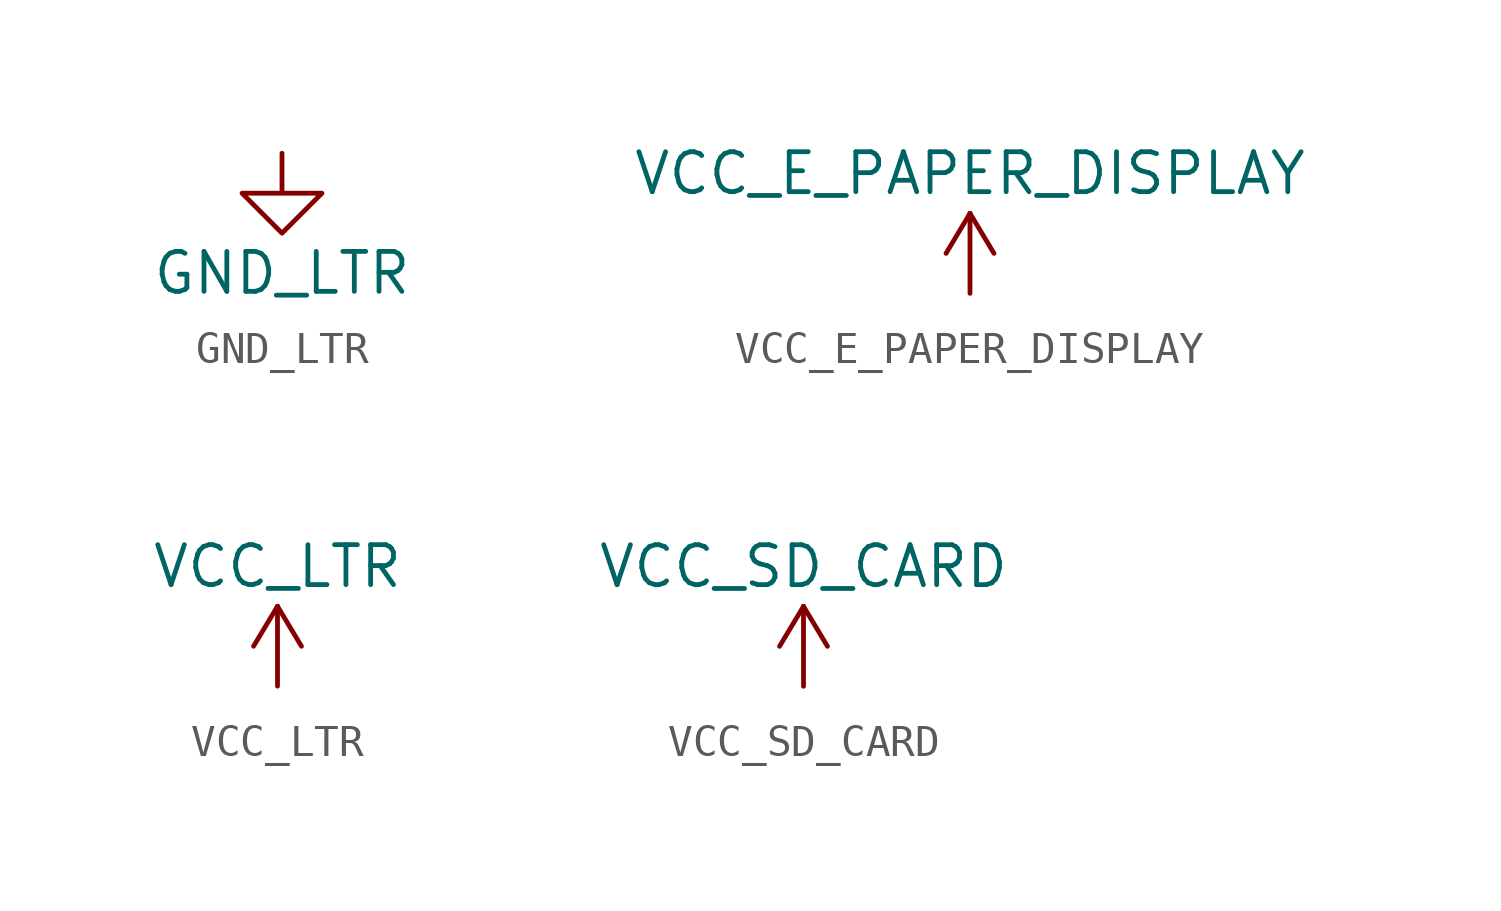
<source format=kicad_sym>
(kicad_symbol_lib
  (version 20220914)
  (generator kicad_symbol_editor)
  (symbol "GND_LTR"
    (power)
    (pin_names
      (offset 0))
    (property "Reference" "#PWR"
      (at 0 -6.35 0)
      (effects (font (size 1.27 1.27)) hide))
    (property "Value" "GND_LTR"
      (at 0 -3.81 0)
      (effects (font (size 1.27 1.27))))
    (symbol "GND_LTR_0_1"
      (polyline (pts (xy 0 0) (xy 0 -1.27) (xy 1.27 -1.27) (xy 0 -2.54) (xy -1.27 -1.27) (xy 0 -1.27)) (stroke (width 0) (type default)) (fill (type none))))
    (symbol "GND_LTR_1_1"
      (pin power_in line (at 0 0 270) (length 0) hide (name "GND_LTR" (effects (font (size 1.27 1.27)))) (number "1" (effects (font (size 1.27 1.27)))))))
  (symbol "VCC_E_PAPER_DISPLAY"
    (power)
    (pin_names
      (offset 0))
    (property "Reference" "#PWR"
      (at 0 -3.81 0)
      (effects (font (size 1.27 1.27)) hide))
    (property "Value" "VCC_E_PAPER_DISPLAY"
      (at 0 3.81 0)
      (effects (font (size 1.27 1.27))))
    (symbol "VCC_E_PAPER_DISPLAY_0_1"
      (polyline (pts (xy -0.762 1.27) (xy 0 2.54)) (stroke (width 0) (type default)) (fill (type none)))
      (polyline (pts (xy 0 0) (xy 0 2.54)) (stroke (width 0) (type default)) (fill (type none)))
      (polyline (pts (xy 0 2.54) (xy 0.762 1.27)) (stroke (width 0) (type default)) (fill (type none))))
    (symbol "VCC_E_PAPER_DISPLAY_1_1"
      (pin power_in line (at 0 0 90) (length 0) hide (name "VCC_E_PAPER_DISPLAY" (effects (font (size 1.27 1.27)))) (number "1" (effects (font (size 1.27 1.27)))))))
  (symbol "VCC_LTR"
    (power)
    (pin_names
      (offset 0))
    (property "Reference" "#PWR"
      (at 0 -3.81 0)
      (effects (font (size 1.27 1.27)) hide))
    (property "Value" "VCC_LTR"
      (at 0 3.81 0)
      (effects (font (size 1.27 1.27))))
    (symbol "VCC_LTR_0_1"
      (polyline (pts (xy -0.762 1.27) (xy 0 2.54)) (stroke (width 0) (type default)) (fill (type none)))
      (polyline (pts (xy 0 0) (xy 0 2.54)) (stroke (width 0) (type default)) (fill (type none)))
      (polyline (pts (xy 0 2.54) (xy 0.762 1.27)) (stroke (width 0) (type default)) (fill (type none))))
    (symbol "VCC_LTR_1_1"
      (pin power_in line (at 0 0 90) (length 0) hide (name "VCC_LTR" (effects (font (size 1.27 1.27)))) (number "1" (effects (font (size 1.27 1.27)))))))
  (symbol "VCC_SD_CARD"
    (power)
    (pin_names
      (offset 0))
    (property "Reference" "#PWR"
      (at 0 -3.81 0)
      (effects (font (size 1.27 1.27)) hide))
    (property "Value" "VCC_SD_CARD"
      (at 0 3.81 0)
      (effects (font (size 1.27 1.27))))
    (symbol "VCC_SD_CARD_0_1"
      (polyline (pts (xy -0.762 1.27) (xy 0 2.54)) (stroke (width 0) (type default)) (fill (type none)))
      (polyline (pts (xy 0 0) (xy 0 2.54)) (stroke (width 0) (type default)) (fill (type none)))
      (polyline (pts (xy 0 2.54) (xy 0.762 1.27)) (stroke (width 0) (type default)) (fill (type none))))
    (symbol "VCC_SD_CARD_1_1"
      (pin power_in line (at 0 0 90) (length 0) hide (name "VCC_SD_CARD" (effects (font (size 1.27 1.27)))) (number "1" (effects (font (size 1.27 1.27))))))))
</source>
